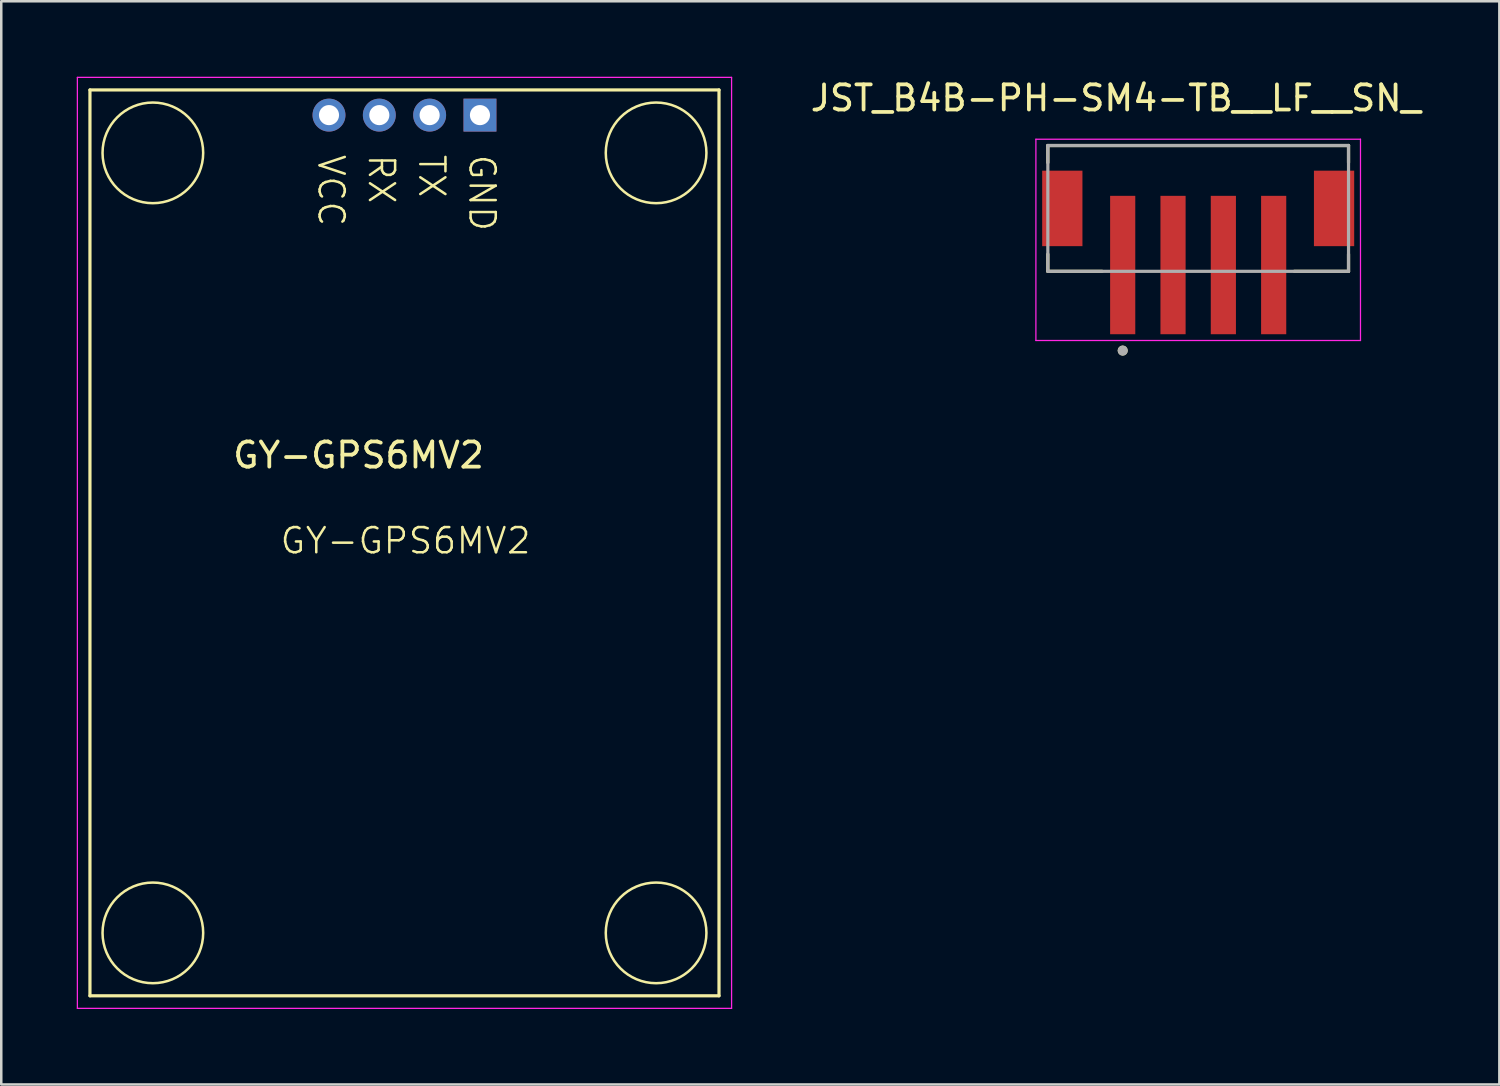
<source format=kicad_pcb>
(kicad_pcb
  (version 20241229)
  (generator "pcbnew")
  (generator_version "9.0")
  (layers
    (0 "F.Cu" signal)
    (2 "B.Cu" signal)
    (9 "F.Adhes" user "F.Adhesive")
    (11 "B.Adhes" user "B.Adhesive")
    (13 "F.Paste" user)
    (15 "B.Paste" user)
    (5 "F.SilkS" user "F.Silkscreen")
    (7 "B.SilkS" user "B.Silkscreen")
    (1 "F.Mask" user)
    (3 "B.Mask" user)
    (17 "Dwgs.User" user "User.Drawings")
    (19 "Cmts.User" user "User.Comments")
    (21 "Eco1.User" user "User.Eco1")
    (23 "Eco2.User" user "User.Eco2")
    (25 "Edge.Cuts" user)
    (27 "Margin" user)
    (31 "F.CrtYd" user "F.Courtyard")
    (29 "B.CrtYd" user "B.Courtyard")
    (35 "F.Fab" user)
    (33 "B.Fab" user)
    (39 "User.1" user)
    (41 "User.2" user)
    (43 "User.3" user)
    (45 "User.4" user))
  (footprint "GY-GPS6MV2"
    (layer "F.Cu")
    (at 13.025 18.525)
    (property "Reference" "GY-GPS6MV2" (at -1.825 -3.485 180) (layer "F.SilkS") (effects (font (size 1 1) (thickness 0.15))))
    (attr through_hole)
    (fp_line (start -12.5 -18) (end 12.5 -18) (stroke (width 0.127) (type solid)) (layer "F.SilkS"))
    (fp_line (start -12.5 18) (end -12.5 -18) (stroke (width 0.127) (type solid)) (layer "F.SilkS"))
    (fp_line (start -12.5 18) (end 12.5 18) (stroke (width 0.127) (type solid)) (layer "F.SilkS"))
    (fp_line (start 12.5 18) (end 12.5 -18) (stroke (width 0.127) (type solid)) (layer "F.SilkS"))
    (fp_circle (center -10 -15.5) (end -10 -13.5) (stroke (width 0.1) (type default)) (fill no) (layer "F.SilkS"))
    (fp_circle (center -10 15.5) (end -10 17.5) (stroke (width 0.1) (type default)) (fill no) (layer "F.SilkS"))
    (fp_circle (center 10 -15.5) (end 10 -13.5) (stroke (width 0.1) (type default)) (fill no) (layer "F.SilkS"))
    (fp_circle (center 10 15.5) (end 10 17.5) (stroke (width 0.1) (type default)) (fill no) (layer "F.SilkS"))
    (fp_line (start -13 -18.5) (end -13 18.5) (stroke (width 0.05) (type solid)) (layer "F.CrtYd"))
    (fp_line (start -13 -18.5) (end 13 -18.5) (stroke (width 0.05) (type solid)) (layer "F.CrtYd"))
    (fp_line (start -13 18.5) (end 13 18.5) (stroke (width 0.05) (type solid)) (layer "F.CrtYd"))
    (fp_line (start 13 -18.5) (end 13 18.5) (stroke (width 0.05) (type solid)) (layer "F.CrtYd"))
    (fp_text user "VCC" (at -3.5 -15.5 270) (unlocked yes) (layer "F.SilkS") (effects (font (size 1 1) (thickness 0.1)) (justify left bottom)))
    (fp_text user "GND" (at 2.5 -15.5 270) (unlocked yes) (layer "F.SilkS") (effects (font (size 1 1) (thickness 0.1)) (justify left bottom)))
    (fp_text user "TX" (at 0.5 -15.5 270) (unlocked yes) (layer "F.SilkS") (effects (font (size 1 1) (thickness 0.1)) (justify left bottom)))
    (fp_text user "GY-GPS6MV2" (at -5 0.5 0) (unlocked yes) (layer "F.SilkS") (effects (font (size 1 1) (thickness 0.1)) (justify left bottom)))
    (fp_text user "RX" (at -1.5 -15.5 270) (unlocked yes) (layer "F.SilkS") (effects (font (size 1 1) (thickness 0.1)) (justify left bottom)))
    (pad "1" thru_hole rect (at 3 -17 180) (size 1.308 1.308) (drill 0.8) (layers "*.Cu" "*.Mask"))
    (pad "2" thru_hole circle (at 1 -17 180) (size 1.308 1.308) (drill 0.8) (layers "*.Cu" "*.Mask"))
    (pad "3" thru_hole circle (at -1 -17 180) (size 1.308 1.308) (drill 0.8) (layers "*.Cu" "*.Mask"))
    (pad "4" thru_hole circle (at -3 -17 180) (size 1.308 1.308) (drill 0.8) (layers "*.Cu" "*.Mask")))
  (footprint "JST_B4B-PH-SM4-TB__LF__SN_"
    (layer "F.Cu")
    (at 44.569 5.233)
    (property "Reference" "JST_B4B-PH-SM4-TB__LF__SN_" (at -3.275 -4.385 0) (layer "F.SilkS") (effects (font (size 1 1) (thickness 0.15))))
    (attr smd)
    (fp_line (start -5.975 -2.5) (end 5.975 -2.5) (stroke (width 0.127) (type solid)) (layer "F.SilkS"))
    (fp_line (start -5.975 -1.82) (end -5.975 -2.5) (stroke (width 0.127) (type solid)) (layer "F.SilkS"))
    (fp_line (start -5.975 2.5) (end -5.975 1.82) (stroke (width 0.127) (type solid)) (layer "F.SilkS"))
    (fp_line (start -3.82 2.5) (end -5.975 2.5) (stroke (width 0.127) (type solid)) (layer "F.SilkS"))
    (fp_line (start 5.975 -2.5) (end 5.975 -1.82) (stroke (width 0.127) (type solid)) (layer "F.SilkS"))
    (fp_line (start 5.975 2.5) (end 3.82 2.5) (stroke (width 0.127) (type solid)) (layer "F.SilkS"))
    (fp_line (start 5.975 2.5) (end 5.975 1.82) (stroke (width 0.127) (type solid)) (layer "F.SilkS"))
    (fp_circle (center -3 5.65) (end -2.9 5.65) (stroke (width 0.2) (type solid)) (fill no) (layer "F.SilkS"))
    (fp_line (start -6.45 -2.75) (end -6.45 5.25) (stroke (width 0.05) (type solid)) (layer "F.CrtYd"))
    (fp_line (start -6.45 5.25) (end 6.45 5.25) (stroke (width 0.05) (type solid)) (layer "F.CrtYd"))
    (fp_line (start 6.45 -2.75) (end -6.45 -2.75) (stroke (width 0.05) (type solid)) (layer "F.CrtYd"))
    (fp_line (start 6.45 5.25) (end 6.45 -2.75) (stroke (width 0.05) (type solid)) (layer "F.CrtYd"))
    (fp_line (start -5.975 -2.5) (end 5.975 -2.5) (stroke (width 0.127) (type solid)) (layer "F.Fab"))
    (fp_line (start -5.975 2.5) (end -5.975 -2.5) (stroke (width 0.127) (type solid)) (layer "F.Fab"))
    (fp_line (start 5.975 -2.5) (end 5.975 2.5) (stroke (width 0.127) (type solid)) (layer "F.Fab"))
    (fp_line (start 5.975 2.5) (end -5.975 2.5) (stroke (width 0.127) (type solid)) (layer "F.Fab"))
    (fp_circle (center -3 5.65) (end -2.9 5.65) (stroke (width 0.2) (type solid)) (fill no) (layer "F.Fab"))
    (pad "1" smd rect (at -3 2.25) (size 1 5.5) (layers "F.Cu" "F.Mask" "F.Paste"))
    (pad "2" smd rect (at -1 2.25) (size 1 5.5) (layers "F.Cu" "F.Mask" "F.Paste"))
    (pad "3" smd rect (at 1 2.25) (size 1 5.5) (layers "F.Cu" "F.Mask" "F.Paste"))
    (pad "4" smd rect (at 3 2.25) (size 1 5.5) (layers "F.Cu" "F.Mask" "F.Paste"))
    (pad "SH1" smd rect (at -5.4 0) (size 1.6 3) (layers "F.Cu" "F.Mask" "F.Paste"))
    (pad "SH2" smd rect (at 5.4 0) (size 1.6 3) (layers "F.Cu" "F.Mask" "F.Paste")))
  (gr_rect
    (start -3 -3)
    (end 56.538 40.05)
    (stroke (width 0.1) (type default))
    (fill no)
    (layer "Edge.Cuts")))
</source>
